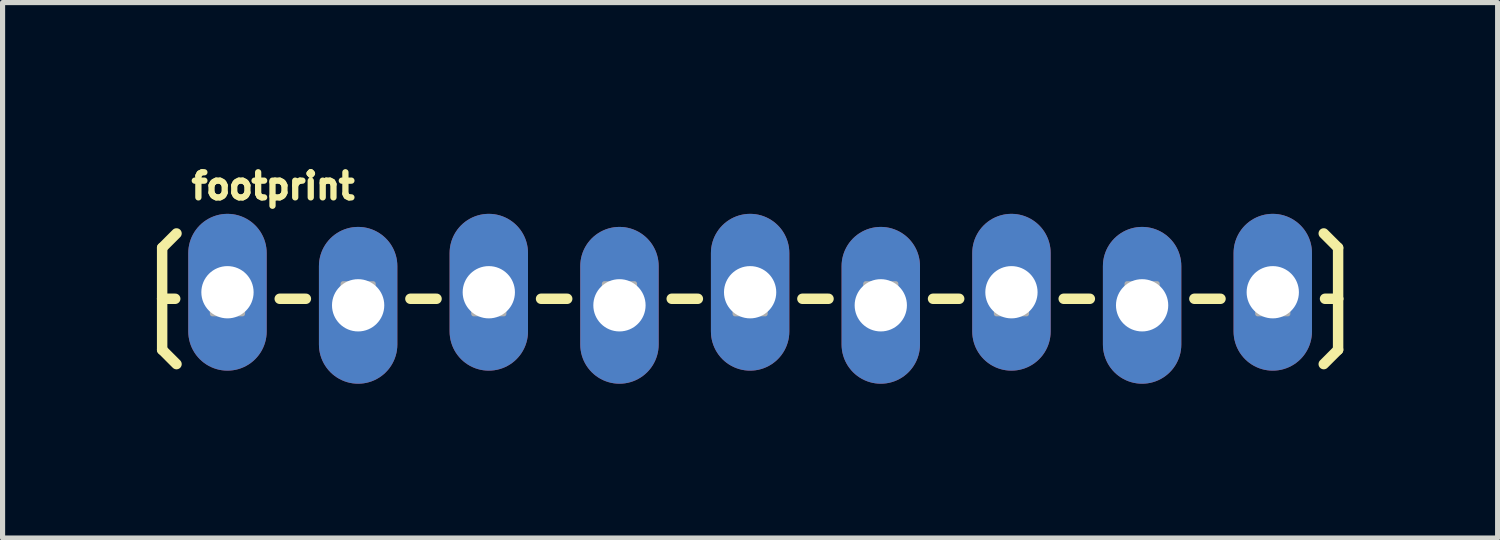
<source format=kicad_pcb>
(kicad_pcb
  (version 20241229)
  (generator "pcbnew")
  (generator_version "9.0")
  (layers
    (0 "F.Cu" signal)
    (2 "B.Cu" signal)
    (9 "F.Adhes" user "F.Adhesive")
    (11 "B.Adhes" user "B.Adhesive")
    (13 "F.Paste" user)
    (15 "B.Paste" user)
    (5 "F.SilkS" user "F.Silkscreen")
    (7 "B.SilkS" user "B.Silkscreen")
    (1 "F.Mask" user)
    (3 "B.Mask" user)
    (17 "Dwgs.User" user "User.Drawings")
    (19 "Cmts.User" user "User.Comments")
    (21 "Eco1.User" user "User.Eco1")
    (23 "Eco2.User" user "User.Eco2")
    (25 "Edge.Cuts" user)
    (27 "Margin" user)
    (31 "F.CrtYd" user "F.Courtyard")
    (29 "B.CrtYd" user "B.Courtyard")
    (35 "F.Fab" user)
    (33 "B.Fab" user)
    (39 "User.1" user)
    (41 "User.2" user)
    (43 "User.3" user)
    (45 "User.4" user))
  (footprint "footprint"
    (layer "F.Cu")
    (at 1.372 2.758)
    (property "Reference" "footprint" (at -0.762 -1.905 0) (layer "F.SilkS") (effects (font (size 0.488 0.488) (thickness 0.122)) (justify left bottom)))
    (fp_line (start -1.27 -0.991) (end -0.991 -1.27) (stroke (width 0.203) (type solid)) (layer "F.SilkS"))
    (fp_line (start -1.27 0) (end -1.27 -0.991) (stroke (width 0.203) (type solid)) (layer "F.SilkS"))
    (fp_line (start -1.27 0) (end -1.27 0.991) (stroke (width 0.203) (type solid)) (layer "F.SilkS"))
    (fp_line (start -1.27 0) (end -1.016 0) (stroke (width 0.203) (type solid)) (layer "F.SilkS"))
    (fp_line (start -1.27 0.991) (end -0.991 1.27) (stroke (width 0.203) (type solid)) (layer "F.SilkS"))
    (fp_line (start 1.524 0) (end 1.016 0) (stroke (width 0.203) (type solid)) (layer "F.SilkS"))
    (fp_line (start 4.064 0) (end 3.556 0) (stroke (width 0.203) (type solid)) (layer "F.SilkS"))
    (fp_line (start 6.604 0) (end 6.096 0) (stroke (width 0.203) (type solid)) (layer "F.SilkS"))
    (fp_line (start 9.144 0) (end 8.636 0) (stroke (width 0.203) (type solid)) (layer "F.SilkS"))
    (fp_line (start 11.684 0) (end 11.176 0) (stroke (width 0.203) (type solid)) (layer "F.SilkS"))
    (fp_line (start 14.224 0) (end 13.716 0) (stroke (width 0.203) (type solid)) (layer "F.SilkS"))
    (fp_line (start 16.764 0) (end 16.256 0) (stroke (width 0.203) (type solid)) (layer "F.SilkS"))
    (fp_line (start 19.304 0) (end 18.796 0) (stroke (width 0.203) (type solid)) (layer "F.SilkS"))
    (fp_line (start 21.59 -0.991) (end 21.311 -1.27) (stroke (width 0.203) (type solid)) (layer "F.SilkS"))
    (fp_line (start 21.59 0) (end 21.336 0) (stroke (width 0.203) (type solid)) (layer "F.SilkS"))
    (fp_line (start 21.59 0) (end 21.59 -0.991) (stroke (width 0.203) (type solid)) (layer "F.SilkS"))
    (fp_line (start 21.59 0) (end 21.59 0.991) (stroke (width 0.203) (type solid)) (layer "F.SilkS"))
    (fp_line (start 21.59 0.991) (end 21.311 1.27) (stroke (width 0.203) (type solid)) (layer "F.SilkS"))
    (fp_poly (pts (xy -0.292 0.292) (xy 0.292 0.292) (xy 0.292 -0.292) (xy -0.292 -0.292)) (stroke (width 0.1) (type solid)) (fill no) (layer "F.Fab"))
    (fp_poly (pts (xy 2.248 0.292) (xy 2.832 0.292) (xy 2.832 -0.292) (xy 2.248 -0.292)) (stroke (width 0.1) (type solid)) (fill no) (layer "F.Fab"))
    (fp_poly (pts (xy 4.788 0.292) (xy 5.372 0.292) (xy 5.372 -0.292) (xy 4.788 -0.292)) (stroke (width 0.1) (type solid)) (fill no) (layer "F.Fab"))
    (fp_poly (pts (xy 7.912 0.292) (xy 7.912 -0.292) (xy 7.328 -0.292) (xy 7.328 0.292)) (stroke (width 0.1) (type solid)) (fill no) (layer "F.Fab"))
    (fp_poly (pts (xy 9.868 0.292) (xy 10.452 0.292) (xy 10.452 -0.292) (xy 9.868 -0.292)) (stroke (width 0.1) (type solid)) (fill no) (layer "F.Fab"))
    (fp_poly (pts (xy 12.408 0.292) (xy 12.992 0.292) (xy 12.992 -0.292) (xy 12.408 -0.292)) (stroke (width 0.1) (type solid)) (fill no) (layer "F.Fab"))
    (fp_poly (pts (xy 14.948 0.292) (xy 15.532 0.292) (xy 15.532 -0.292) (xy 14.948 -0.292)) (stroke (width 0.1) (type solid)) (fill no) (layer "F.Fab"))
    (fp_poly (pts (xy 17.488 0.292) (xy 18.072 0.292) (xy 18.072 -0.292) (xy 17.488 -0.292)) (stroke (width 0.1) (type solid)) (fill no) (layer "F.Fab"))
    (fp_poly (pts (xy 20.028 0.292) (xy 20.612 0.292) (xy 20.612 -0.292) (xy 20.028 -0.292)) (stroke (width 0.1) (type solid)) (fill no) (layer "F.Fab"))
    (pad "1" thru_hole oval (at 0 -0.127 90) (size 3.048 1.524) (drill 1.016) (layers "*.Cu" "*.Mask"))
    (pad "2" thru_hole oval (at 2.54 0.127 90) (size 3.048 1.524) (drill 1.016) (layers "*.Cu" "*.Mask"))
    (pad "3" thru_hole oval (at 5.08 -0.127 90) (size 3.048 1.524) (drill 1.016) (layers "*.Cu" "*.Mask"))
    (pad "4" thru_hole oval (at 7.62 0.127 90) (size 3.048 1.524) (drill 1.016) (layers "*.Cu" "*.Mask"))
    (pad "5" thru_hole oval (at 10.16 -0.127 90) (size 3.048 1.524) (drill 1.016) (layers "*.Cu" "*.Mask"))
    (pad "6" thru_hole oval (at 12.7 0.127 90) (size 3.048 1.524) (drill 1.016) (layers "*.Cu" "*.Mask"))
    (pad "7" thru_hole oval (at 15.24 -0.127 90) (size 3.048 1.524) (drill 1.016) (layers "*.Cu" "*.Mask"))
    (pad "8" thru_hole oval (at 17.78 0.127 90) (size 3.048 1.524) (drill 1.016) (layers "*.Cu" "*.Mask"))
    (pad "9" thru_hole oval (at 20.32 -0.127 90) (size 3.048 1.524) (drill 1.016) (layers "*.Cu" "*.Mask")))
  (gr_rect
    (start -3 -3)
    (end 26.063 7.409)
    (stroke (width 0.1) (type default))
    (fill no)
    (layer "Edge.Cuts")))
</source>
